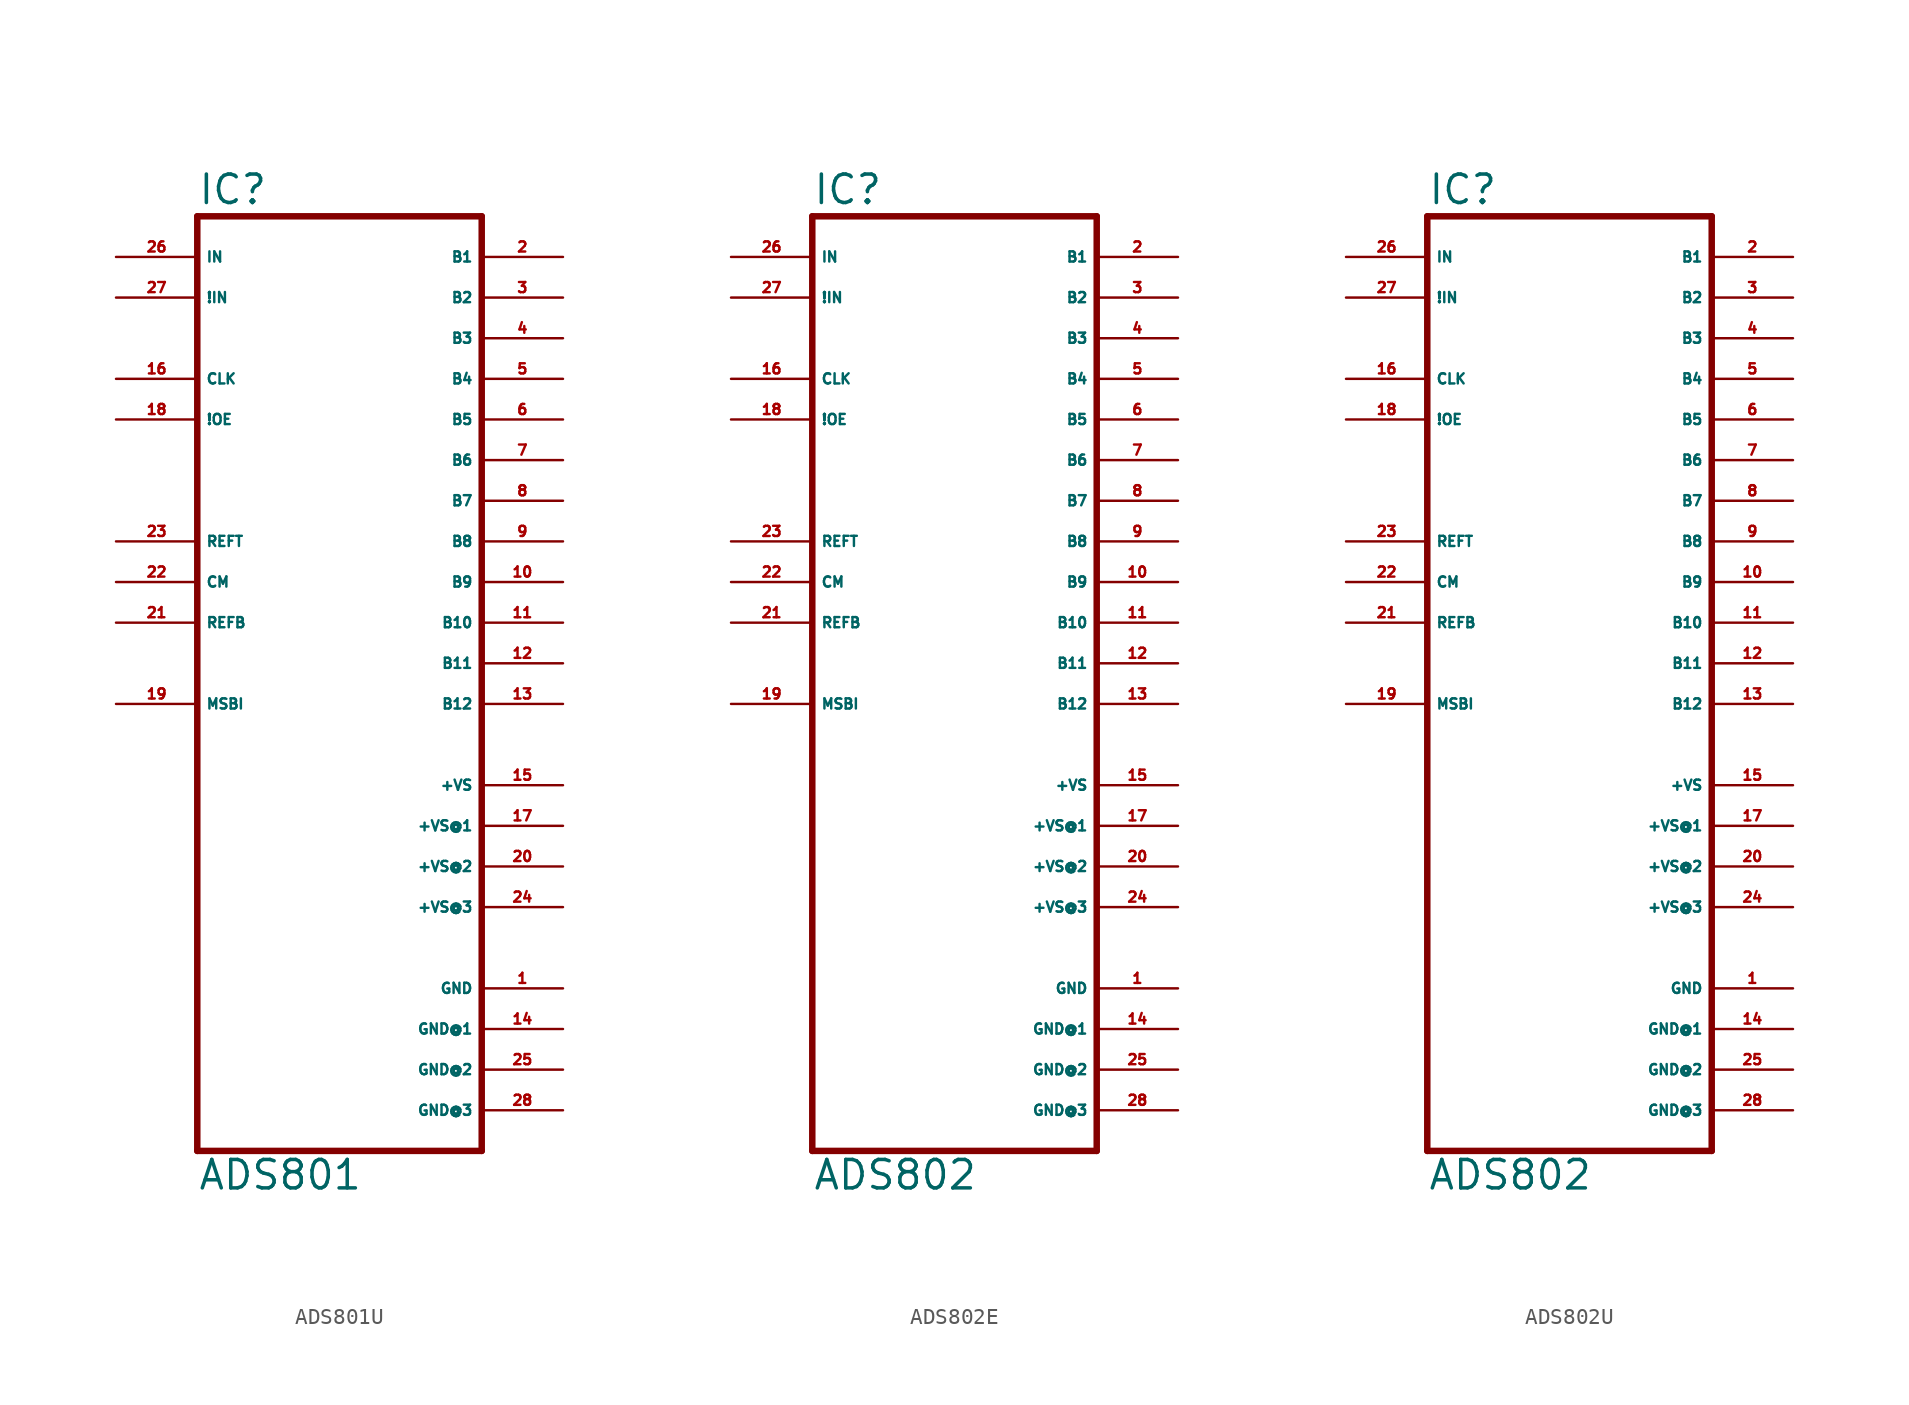
<source format=kicad_sym>
(kicad_symbol_lib
  (version 20220914)
  (generator Eagle2Kicad)
  (symbol "ADS801U"
    (property "Reference" "IC"
      (at -10.16 26.035 0)
      (effects (font (size 1.778 1.778) (thickness 0.22)) (justify left bottom)))
    (property "Value" "ADS801"
      (at -10.16 -35.56 0)
      (effects (font (size 1.778 1.778) (thickness 0.22)) (justify left bottom)))
    (polyline
      (pts (xy -10.16 25.4) (xy 7.62 25.4))
      (stroke (width 0.406) (type default))
      (fill (type none)))
    (polyline
      (pts (xy 7.62 25.4) (xy 7.62 -33.02))
      (stroke (width 0.406) (type default))
      (fill (type none)))
    (polyline
      (pts (xy 7.62 -33.02) (xy -10.16 -33.02))
      (stroke (width 0.406) (type default))
      (fill (type none)))
    (polyline
      (pts (xy -10.16 -33.02) (xy -10.16 25.4))
      (stroke (width 0.406) (type default))
      (fill (type none)))
    (pin input line
      (at -15.24 22.86 0)
      (length 5.08)
      (name "IN" (effects (font (size 0.635 0.635) (thickness 0.08)) (justify left bottom)))
      (number "26" (effects (font (size 0.635 0.635) (thickness 0.08)) (justify left bottom))))
    (pin input line
      (at -15.24 15.24 0)
      (length 5.08)
      (name "CLK" (effects (font (size 0.635 0.635) (thickness 0.08)) (justify left bottom)))
      (number "16" (effects (font (size 0.635 0.635) (thickness 0.08)) (justify left bottom))))
    (pin input line
      (at -15.24 12.7 0)
      (length 5.08)
      (name "!OE" (effects (font (size 0.635 0.635) (thickness 0.08)) (justify left bottom)))
      (number "18" (effects (font (size 0.635 0.635) (thickness 0.08)) (justify left bottom))))
    (pin output line
      (at 12.7 -5.08 180)
      (length 5.08)
      (name "B12" (effects (font (size 0.635 0.635) (thickness 0.08)) (justify left bottom)))
      (number "13" (effects (font (size 0.635 0.635) (thickness 0.08)) (justify left bottom))))
    (pin output line
      (at 12.7 22.86 180)
      (length 5.08)
      (name "B1" (effects (font (size 0.635 0.635) (thickness 0.08)) (justify left bottom)))
      (number "2" (effects (font (size 0.635 0.635) (thickness 0.08)) (justify left bottom))))
    (pin output line
      (at 12.7 20.32 180)
      (length 5.08)
      (name "B2" (effects (font (size 0.635 0.635) (thickness 0.08)) (justify left bottom)))
      (number "3" (effects (font (size 0.635 0.635) (thickness 0.08)) (justify left bottom))))
    (pin output line
      (at 12.7 17.78 180)
      (length 5.08)
      (name "B3" (effects (font (size 0.635 0.635) (thickness 0.08)) (justify left bottom)))
      (number "4" (effects (font (size 0.635 0.635) (thickness 0.08)) (justify left bottom))))
    (pin output line
      (at 12.7 15.24 180)
      (length 5.08)
      (name "B4" (effects (font (size 0.635 0.635) (thickness 0.08)) (justify left bottom)))
      (number "5" (effects (font (size 0.635 0.635) (thickness 0.08)) (justify left bottom))))
    (pin output line
      (at 12.7 12.7 180)
      (length 5.08)
      (name "B5" (effects (font (size 0.635 0.635) (thickness 0.08)) (justify left bottom)))
      (number "6" (effects (font (size 0.635 0.635) (thickness 0.08)) (justify left bottom))))
    (pin output line
      (at 12.7 10.16 180)
      (length 5.08)
      (name "B6" (effects (font (size 0.635 0.635) (thickness 0.08)) (justify left bottom)))
      (number "7" (effects (font (size 0.635 0.635) (thickness 0.08)) (justify left bottom))))
    (pin output line
      (at 12.7 7.62 180)
      (length 5.08)
      (name "B7" (effects (font (size 0.635 0.635) (thickness 0.08)) (justify left bottom)))
      (number "8" (effects (font (size 0.635 0.635) (thickness 0.08)) (justify left bottom))))
    (pin output line
      (at 12.7 5.08 180)
      (length 5.08)
      (name "B8" (effects (font (size 0.635 0.635) (thickness 0.08)) (justify left bottom)))
      (number "9" (effects (font (size 0.635 0.635) (thickness 0.08)) (justify left bottom))))
    (pin unspecified line
      (at 12.7 -10.16 180)
      (length 5.08)
      (name "+VS" (effects (font (size 0.635 0.635) (thickness 0.08)) (justify left bottom)))
      (number "15" (effects (font (size 0.635 0.635) (thickness 0.08)) (justify left bottom))))
    (pin unspecified line
      (at 12.7 -12.7 180)
      (length 5.08)
      (name "+VS@1" (effects (font (size 0.635 0.635) (thickness 0.08)) (justify left bottom)))
      (number "17" (effects (font (size 0.635 0.635) (thickness 0.08)) (justify left bottom))))
    (pin unspecified line
      (at 12.7 -15.24 180)
      (length 5.08)
      (name "+VS@2" (effects (font (size 0.635 0.635) (thickness 0.08)) (justify left bottom)))
      (number "20" (effects (font (size 0.635 0.635) (thickness 0.08)) (justify left bottom))))
    (pin unspecified line
      (at 12.7 -22.86 180)
      (length 5.08)
      (name "GND" (effects (font (size 0.635 0.635) (thickness 0.08)) (justify left bottom)))
      (number "1" (effects (font (size 0.635 0.635) (thickness 0.08)) (justify left bottom))))
    (pin unspecified line
      (at 12.7 -25.4 180)
      (length 5.08)
      (name "GND@1" (effects (font (size 0.635 0.635) (thickness 0.08)) (justify left bottom)))
      (number "14" (effects (font (size 0.635 0.635) (thickness 0.08)) (justify left bottom))))
    (pin unspecified line
      (at 12.7 -27.94 180)
      (length 5.08)
      (name "GND@2" (effects (font (size 0.635 0.635) (thickness 0.08)) (justify left bottom)))
      (number "25" (effects (font (size 0.635 0.635) (thickness 0.08)) (justify left bottom))))
    (pin unspecified line
      (at 12.7 -30.48 180)
      (length 5.08)
      (name "GND@3" (effects (font (size 0.635 0.635) (thickness 0.08)) (justify left bottom)))
      (number "28" (effects (font (size 0.635 0.635) (thickness 0.08)) (justify left bottom))))
    (pin input line
      (at -15.24 20.32 0)
      (length 5.08)
      (name "!IN" (effects (font (size 0.635 0.635) (thickness 0.08)) (justify left bottom)))
      (number "27" (effects (font (size 0.635 0.635) (thickness 0.08)) (justify left bottom))))
    (pin input line
      (at -15.24 2.54 0)
      (length 5.08)
      (name "CM" (effects (font (size 0.635 0.635) (thickness 0.08)) (justify left bottom)))
      (number "22" (effects (font (size 0.635 0.635) (thickness 0.08)) (justify left bottom))))
    (pin input line
      (at -15.24 -5.08 0)
      (length 5.08)
      (name "MSBI" (effects (font (size 0.635 0.635) (thickness 0.08)) (justify left bottom)))
      (number "19" (effects (font (size 0.635 0.635) (thickness 0.08)) (justify left bottom))))
    (pin output line
      (at 12.7 -2.54 180)
      (length 5.08)
      (name "B11" (effects (font (size 0.635 0.635) (thickness 0.08)) (justify left bottom)))
      (number "12" (effects (font (size 0.635 0.635) (thickness 0.08)) (justify left bottom))))
    (pin output line
      (at 12.7 0 180)
      (length 5.08)
      (name "B10" (effects (font (size 0.635 0.635) (thickness 0.08)) (justify left bottom)))
      (number "11" (effects (font (size 0.635 0.635) (thickness 0.08)) (justify left bottom))))
    (pin output line
      (at 12.7 2.54 180)
      (length 5.08)
      (name "B9" (effects (font (size 0.635 0.635) (thickness 0.08)) (justify left bottom)))
      (number "10" (effects (font (size 0.635 0.635) (thickness 0.08)) (justify left bottom))))
    (pin input line
      (at -15.24 5.08 0)
      (length 5.08)
      (name "REFT" (effects (font (size 0.635 0.635) (thickness 0.08)) (justify left bottom)))
      (number "23" (effects (font (size 0.635 0.635) (thickness 0.08)) (justify left bottom))))
    (pin input line
      (at -15.24 0 0)
      (length 5.08)
      (name "REFB" (effects (font (size 0.635 0.635) (thickness 0.08)) (justify left bottom)))
      (number "21" (effects (font (size 0.635 0.635) (thickness 0.08)) (justify left bottom))))
    (pin unspecified line
      (at 12.7 -17.78 180)
      (length 5.08)
      (name "+VS@3" (effects (font (size 0.635 0.635) (thickness 0.08)) (justify left bottom)))
      (number "24" (effects (font (size 0.635 0.635) (thickness 0.08)) (justify left bottom)))))
  (symbol "ADS802E"
    (property "Reference" "IC"
      (at -10.16 26.035 0)
      (effects (font (size 1.778 1.778) (thickness 0.22)) (justify left bottom)))
    (property "Value" "ADS802"
      (at -10.16 -35.56 0)
      (effects (font (size 1.778 1.778) (thickness 0.22)) (justify left bottom)))
    (polyline
      (pts (xy -10.16 25.4) (xy 7.62 25.4))
      (stroke (width 0.406) (type default))
      (fill (type none)))
    (polyline
      (pts (xy 7.62 25.4) (xy 7.62 -33.02))
      (stroke (width 0.406) (type default))
      (fill (type none)))
    (polyline
      (pts (xy 7.62 -33.02) (xy -10.16 -33.02))
      (stroke (width 0.406) (type default))
      (fill (type none)))
    (polyline
      (pts (xy -10.16 -33.02) (xy -10.16 25.4))
      (stroke (width 0.406) (type default))
      (fill (type none)))
    (pin input line
      (at -15.24 22.86 0)
      (length 5.08)
      (name "IN" (effects (font (size 0.635 0.635) (thickness 0.08)) (justify left bottom)))
      (number "26" (effects (font (size 0.635 0.635) (thickness 0.08)) (justify left bottom))))
    (pin input line
      (at -15.24 15.24 0)
      (length 5.08)
      (name "CLK" (effects (font (size 0.635 0.635) (thickness 0.08)) (justify left bottom)))
      (number "16" (effects (font (size 0.635 0.635) (thickness 0.08)) (justify left bottom))))
    (pin input line
      (at -15.24 12.7 0)
      (length 5.08)
      (name "!OE" (effects (font (size 0.635 0.635) (thickness 0.08)) (justify left bottom)))
      (number "18" (effects (font (size 0.635 0.635) (thickness 0.08)) (justify left bottom))))
    (pin output line
      (at 12.7 -5.08 180)
      (length 5.08)
      (name "B12" (effects (font (size 0.635 0.635) (thickness 0.08)) (justify left bottom)))
      (number "13" (effects (font (size 0.635 0.635) (thickness 0.08)) (justify left bottom))))
    (pin output line
      (at 12.7 22.86 180)
      (length 5.08)
      (name "B1" (effects (font (size 0.635 0.635) (thickness 0.08)) (justify left bottom)))
      (number "2" (effects (font (size 0.635 0.635) (thickness 0.08)) (justify left bottom))))
    (pin output line
      (at 12.7 20.32 180)
      (length 5.08)
      (name "B2" (effects (font (size 0.635 0.635) (thickness 0.08)) (justify left bottom)))
      (number "3" (effects (font (size 0.635 0.635) (thickness 0.08)) (justify left bottom))))
    (pin output line
      (at 12.7 17.78 180)
      (length 5.08)
      (name "B3" (effects (font (size 0.635 0.635) (thickness 0.08)) (justify left bottom)))
      (number "4" (effects (font (size 0.635 0.635) (thickness 0.08)) (justify left bottom))))
    (pin output line
      (at 12.7 15.24 180)
      (length 5.08)
      (name "B4" (effects (font (size 0.635 0.635) (thickness 0.08)) (justify left bottom)))
      (number "5" (effects (font (size 0.635 0.635) (thickness 0.08)) (justify left bottom))))
    (pin output line
      (at 12.7 12.7 180)
      (length 5.08)
      (name "B5" (effects (font (size 0.635 0.635) (thickness 0.08)) (justify left bottom)))
      (number "6" (effects (font (size 0.635 0.635) (thickness 0.08)) (justify left bottom))))
    (pin output line
      (at 12.7 10.16 180)
      (length 5.08)
      (name "B6" (effects (font (size 0.635 0.635) (thickness 0.08)) (justify left bottom)))
      (number "7" (effects (font (size 0.635 0.635) (thickness 0.08)) (justify left bottom))))
    (pin output line
      (at 12.7 7.62 180)
      (length 5.08)
      (name "B7" (effects (font (size 0.635 0.635) (thickness 0.08)) (justify left bottom)))
      (number "8" (effects (font (size 0.635 0.635) (thickness 0.08)) (justify left bottom))))
    (pin output line
      (at 12.7 5.08 180)
      (length 5.08)
      (name "B8" (effects (font (size 0.635 0.635) (thickness 0.08)) (justify left bottom)))
      (number "9" (effects (font (size 0.635 0.635) (thickness 0.08)) (justify left bottom))))
    (pin unspecified line
      (at 12.7 -10.16 180)
      (length 5.08)
      (name "+VS" (effects (font (size 0.635 0.635) (thickness 0.08)) (justify left bottom)))
      (number "15" (effects (font (size 0.635 0.635) (thickness 0.08)) (justify left bottom))))
    (pin unspecified line
      (at 12.7 -12.7 180)
      (length 5.08)
      (name "+VS@1" (effects (font (size 0.635 0.635) (thickness 0.08)) (justify left bottom)))
      (number "17" (effects (font (size 0.635 0.635) (thickness 0.08)) (justify left bottom))))
    (pin unspecified line
      (at 12.7 -15.24 180)
      (length 5.08)
      (name "+VS@2" (effects (font (size 0.635 0.635) (thickness 0.08)) (justify left bottom)))
      (number "20" (effects (font (size 0.635 0.635) (thickness 0.08)) (justify left bottom))))
    (pin unspecified line
      (at 12.7 -22.86 180)
      (length 5.08)
      (name "GND" (effects (font (size 0.635 0.635) (thickness 0.08)) (justify left bottom)))
      (number "1" (effects (font (size 0.635 0.635) (thickness 0.08)) (justify left bottom))))
    (pin unspecified line
      (at 12.7 -25.4 180)
      (length 5.08)
      (name "GND@1" (effects (font (size 0.635 0.635) (thickness 0.08)) (justify left bottom)))
      (number "14" (effects (font (size 0.635 0.635) (thickness 0.08)) (justify left bottom))))
    (pin unspecified line
      (at 12.7 -27.94 180)
      (length 5.08)
      (name "GND@2" (effects (font (size 0.635 0.635) (thickness 0.08)) (justify left bottom)))
      (number "25" (effects (font (size 0.635 0.635) (thickness 0.08)) (justify left bottom))))
    (pin unspecified line
      (at 12.7 -30.48 180)
      (length 5.08)
      (name "GND@3" (effects (font (size 0.635 0.635) (thickness 0.08)) (justify left bottom)))
      (number "28" (effects (font (size 0.635 0.635) (thickness 0.08)) (justify left bottom))))
    (pin input line
      (at -15.24 20.32 0)
      (length 5.08)
      (name "!IN" (effects (font (size 0.635 0.635) (thickness 0.08)) (justify left bottom)))
      (number "27" (effects (font (size 0.635 0.635) (thickness 0.08)) (justify left bottom))))
    (pin input line
      (at -15.24 2.54 0)
      (length 5.08)
      (name "CM" (effects (font (size 0.635 0.635) (thickness 0.08)) (justify left bottom)))
      (number "22" (effects (font (size 0.635 0.635) (thickness 0.08)) (justify left bottom))))
    (pin input line
      (at -15.24 -5.08 0)
      (length 5.08)
      (name "MSBI" (effects (font (size 0.635 0.635) (thickness 0.08)) (justify left bottom)))
      (number "19" (effects (font (size 0.635 0.635) (thickness 0.08)) (justify left bottom))))
    (pin output line
      (at 12.7 -2.54 180)
      (length 5.08)
      (name "B11" (effects (font (size 0.635 0.635) (thickness 0.08)) (justify left bottom)))
      (number "12" (effects (font (size 0.635 0.635) (thickness 0.08)) (justify left bottom))))
    (pin output line
      (at 12.7 0 180)
      (length 5.08)
      (name "B10" (effects (font (size 0.635 0.635) (thickness 0.08)) (justify left bottom)))
      (number "11" (effects (font (size 0.635 0.635) (thickness 0.08)) (justify left bottom))))
    (pin output line
      (at 12.7 2.54 180)
      (length 5.08)
      (name "B9" (effects (font (size 0.635 0.635) (thickness 0.08)) (justify left bottom)))
      (number "10" (effects (font (size 0.635 0.635) (thickness 0.08)) (justify left bottom))))
    (pin input line
      (at -15.24 5.08 0)
      (length 5.08)
      (name "REFT" (effects (font (size 0.635 0.635) (thickness 0.08)) (justify left bottom)))
      (number "23" (effects (font (size 0.635 0.635) (thickness 0.08)) (justify left bottom))))
    (pin input line
      (at -15.24 0 0)
      (length 5.08)
      (name "REFB" (effects (font (size 0.635 0.635) (thickness 0.08)) (justify left bottom)))
      (number "21" (effects (font (size 0.635 0.635) (thickness 0.08)) (justify left bottom))))
    (pin unspecified line
      (at 12.7 -17.78 180)
      (length 5.08)
      (name "+VS@3" (effects (font (size 0.635 0.635) (thickness 0.08)) (justify left bottom)))
      (number "24" (effects (font (size 0.635 0.635) (thickness 0.08)) (justify left bottom)))))
  (symbol "ADS802U"
    (property "Reference" "IC"
      (at -10.16 26.035 0)
      (effects (font (size 1.778 1.778) (thickness 0.22)) (justify left bottom)))
    (property "Value" "ADS802"
      (at -10.16 -35.56 0)
      (effects (font (size 1.778 1.778) (thickness 0.22)) (justify left bottom)))
    (polyline
      (pts (xy -10.16 25.4) (xy 7.62 25.4))
      (stroke (width 0.406) (type default))
      (fill (type none)))
    (polyline
      (pts (xy 7.62 25.4) (xy 7.62 -33.02))
      (stroke (width 0.406) (type default))
      (fill (type none)))
    (polyline
      (pts (xy 7.62 -33.02) (xy -10.16 -33.02))
      (stroke (width 0.406) (type default))
      (fill (type none)))
    (polyline
      (pts (xy -10.16 -33.02) (xy -10.16 25.4))
      (stroke (width 0.406) (type default))
      (fill (type none)))
    (pin input line
      (at -15.24 22.86 0)
      (length 5.08)
      (name "IN" (effects (font (size 0.635 0.635) (thickness 0.08)) (justify left bottom)))
      (number "26" (effects (font (size 0.635 0.635) (thickness 0.08)) (justify left bottom))))
    (pin input line
      (at -15.24 15.24 0)
      (length 5.08)
      (name "CLK" (effects (font (size 0.635 0.635) (thickness 0.08)) (justify left bottom)))
      (number "16" (effects (font (size 0.635 0.635) (thickness 0.08)) (justify left bottom))))
    (pin input line
      (at -15.24 12.7 0)
      (length 5.08)
      (name "!OE" (effects (font (size 0.635 0.635) (thickness 0.08)) (justify left bottom)))
      (number "18" (effects (font (size 0.635 0.635) (thickness 0.08)) (justify left bottom))))
    (pin output line
      (at 12.7 -5.08 180)
      (length 5.08)
      (name "B12" (effects (font (size 0.635 0.635) (thickness 0.08)) (justify left bottom)))
      (number "13" (effects (font (size 0.635 0.635) (thickness 0.08)) (justify left bottom))))
    (pin output line
      (at 12.7 22.86 180)
      (length 5.08)
      (name "B1" (effects (font (size 0.635 0.635) (thickness 0.08)) (justify left bottom)))
      (number "2" (effects (font (size 0.635 0.635) (thickness 0.08)) (justify left bottom))))
    (pin output line
      (at 12.7 20.32 180)
      (length 5.08)
      (name "B2" (effects (font (size 0.635 0.635) (thickness 0.08)) (justify left bottom)))
      (number "3" (effects (font (size 0.635 0.635) (thickness 0.08)) (justify left bottom))))
    (pin output line
      (at 12.7 17.78 180)
      (length 5.08)
      (name "B3" (effects (font (size 0.635 0.635) (thickness 0.08)) (justify left bottom)))
      (number "4" (effects (font (size 0.635 0.635) (thickness 0.08)) (justify left bottom))))
    (pin output line
      (at 12.7 15.24 180)
      (length 5.08)
      (name "B4" (effects (font (size 0.635 0.635) (thickness 0.08)) (justify left bottom)))
      (number "5" (effects (font (size 0.635 0.635) (thickness 0.08)) (justify left bottom))))
    (pin output line
      (at 12.7 12.7 180)
      (length 5.08)
      (name "B5" (effects (font (size 0.635 0.635) (thickness 0.08)) (justify left bottom)))
      (number "6" (effects (font (size 0.635 0.635) (thickness 0.08)) (justify left bottom))))
    (pin output line
      (at 12.7 10.16 180)
      (length 5.08)
      (name "B6" (effects (font (size 0.635 0.635) (thickness 0.08)) (justify left bottom)))
      (number "7" (effects (font (size 0.635 0.635) (thickness 0.08)) (justify left bottom))))
    (pin output line
      (at 12.7 7.62 180)
      (length 5.08)
      (name "B7" (effects (font (size 0.635 0.635) (thickness 0.08)) (justify left bottom)))
      (number "8" (effects (font (size 0.635 0.635) (thickness 0.08)) (justify left bottom))))
    (pin output line
      (at 12.7 5.08 180)
      (length 5.08)
      (name "B8" (effects (font (size 0.635 0.635) (thickness 0.08)) (justify left bottom)))
      (number "9" (effects (font (size 0.635 0.635) (thickness 0.08)) (justify left bottom))))
    (pin unspecified line
      (at 12.7 -10.16 180)
      (length 5.08)
      (name "+VS" (effects (font (size 0.635 0.635) (thickness 0.08)) (justify left bottom)))
      (number "15" (effects (font (size 0.635 0.635) (thickness 0.08)) (justify left bottom))))
    (pin unspecified line
      (at 12.7 -12.7 180)
      (length 5.08)
      (name "+VS@1" (effects (font (size 0.635 0.635) (thickness 0.08)) (justify left bottom)))
      (number "17" (effects (font (size 0.635 0.635) (thickness 0.08)) (justify left bottom))))
    (pin unspecified line
      (at 12.7 -15.24 180)
      (length 5.08)
      (name "+VS@2" (effects (font (size 0.635 0.635) (thickness 0.08)) (justify left bottom)))
      (number "20" (effects (font (size 0.635 0.635) (thickness 0.08)) (justify left bottom))))
    (pin unspecified line
      (at 12.7 -22.86 180)
      (length 5.08)
      (name "GND" (effects (font (size 0.635 0.635) (thickness 0.08)) (justify left bottom)))
      (number "1" (effects (font (size 0.635 0.635) (thickness 0.08)) (justify left bottom))))
    (pin unspecified line
      (at 12.7 -25.4 180)
      (length 5.08)
      (name "GND@1" (effects (font (size 0.635 0.635) (thickness 0.08)) (justify left bottom)))
      (number "14" (effects (font (size 0.635 0.635) (thickness 0.08)) (justify left bottom))))
    (pin unspecified line
      (at 12.7 -27.94 180)
      (length 5.08)
      (name "GND@2" (effects (font (size 0.635 0.635) (thickness 0.08)) (justify left bottom)))
      (number "25" (effects (font (size 0.635 0.635) (thickness 0.08)) (justify left bottom))))
    (pin unspecified line
      (at 12.7 -30.48 180)
      (length 5.08)
      (name "GND@3" (effects (font (size 0.635 0.635) (thickness 0.08)) (justify left bottom)))
      (number "28" (effects (font (size 0.635 0.635) (thickness 0.08)) (justify left bottom))))
    (pin input line
      (at -15.24 20.32 0)
      (length 5.08)
      (name "!IN" (effects (font (size 0.635 0.635) (thickness 0.08)) (justify left bottom)))
      (number "27" (effects (font (size 0.635 0.635) (thickness 0.08)) (justify left bottom))))
    (pin input line
      (at -15.24 2.54 0)
      (length 5.08)
      (name "CM" (effects (font (size 0.635 0.635) (thickness 0.08)) (justify left bottom)))
      (number "22" (effects (font (size 0.635 0.635) (thickness 0.08)) (justify left bottom))))
    (pin input line
      (at -15.24 -5.08 0)
      (length 5.08)
      (name "MSBI" (effects (font (size 0.635 0.635) (thickness 0.08)) (justify left bottom)))
      (number "19" (effects (font (size 0.635 0.635) (thickness 0.08)) (justify left bottom))))
    (pin output line
      (at 12.7 -2.54 180)
      (length 5.08)
      (name "B11" (effects (font (size 0.635 0.635) (thickness 0.08)) (justify left bottom)))
      (number "12" (effects (font (size 0.635 0.635) (thickness 0.08)) (justify left bottom))))
    (pin output line
      (at 12.7 0 180)
      (length 5.08)
      (name "B10" (effects (font (size 0.635 0.635) (thickness 0.08)) (justify left bottom)))
      (number "11" (effects (font (size 0.635 0.635) (thickness 0.08)) (justify left bottom))))
    (pin output line
      (at 12.7 2.54 180)
      (length 5.08)
      (name "B9" (effects (font (size 0.635 0.635) (thickness 0.08)) (justify left bottom)))
      (number "10" (effects (font (size 0.635 0.635) (thickness 0.08)) (justify left bottom))))
    (pin input line
      (at -15.24 5.08 0)
      (length 5.08)
      (name "REFT" (effects (font (size 0.635 0.635) (thickness 0.08)) (justify left bottom)))
      (number "23" (effects (font (size 0.635 0.635) (thickness 0.08)) (justify left bottom))))
    (pin input line
      (at -15.24 0 0)
      (length 5.08)
      (name "REFB" (effects (font (size 0.635 0.635) (thickness 0.08)) (justify left bottom)))
      (number "21" (effects (font (size 0.635 0.635) (thickness 0.08)) (justify left bottom))))
    (pin unspecified line
      (at 12.7 -17.78 180)
      (length 5.08)
      (name "+VS@3" (effects (font (size 0.635 0.635) (thickness 0.08)) (justify left bottom)))
      (number "24" (effects (font (size 0.635 0.635) (thickness 0.08)) (justify left bottom))))))
</source>
